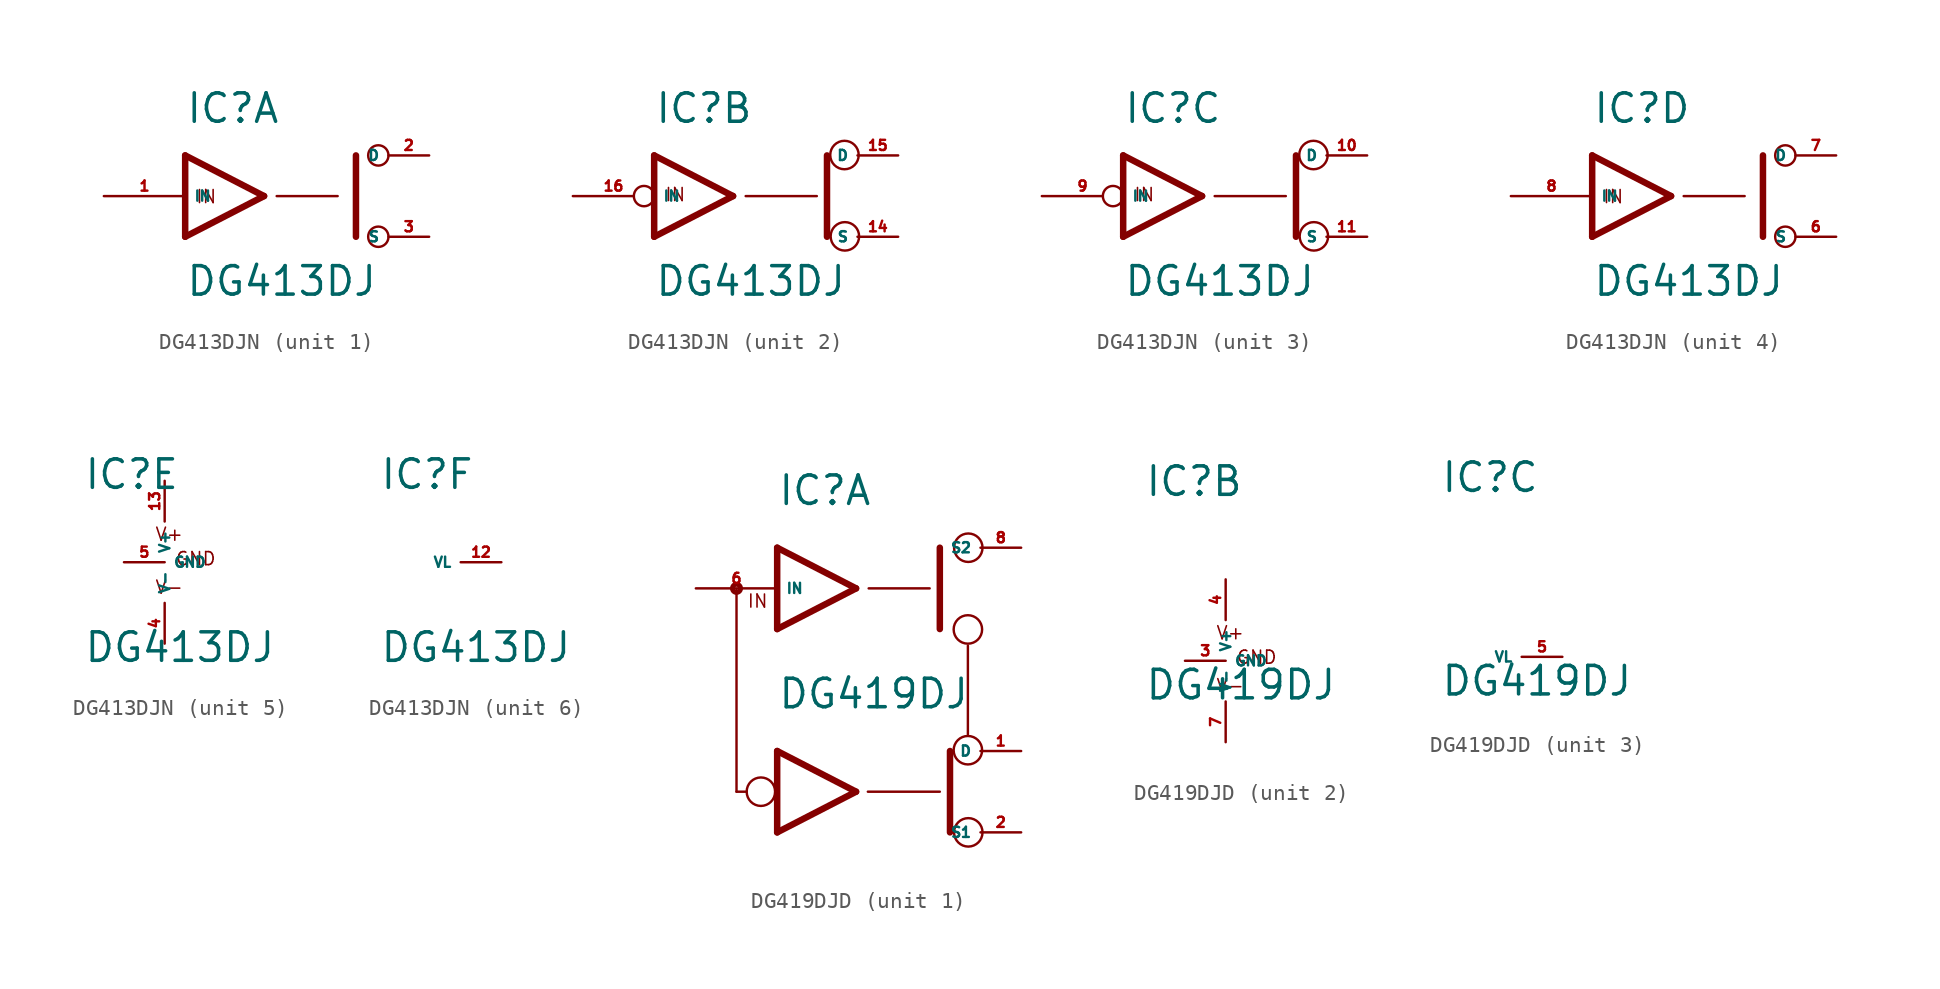
<source format=kicad_sym>
(kicad_symbol_lib
  (version 20220914)
  (generator Eagle2Kicad)
  (symbol "DG413DJN"
    (property "Reference" "IC"
      (at -5.08 4.445 0)
      (effects (font (size 1.778 1.778) (thickness 0.22)) (justify left bottom)))
    (property "Value" "DG413DJ"
      (at -5.08 -6.35 0)
      (effects (font (size 1.778 1.778) (thickness 0.22)) (justify left bottom)))
    (symbol "DG413DJN_1_0"
      (polyline (pts (xy -0.152 0) (xy -5.08 2.54)) (stroke (width 0.406) (type default)) (fill (type none)))
      (polyline (pts (xy -5.08 -2.54) (xy -0.152 0)) (stroke (width 0.406) (type default)) (fill (type none)))
      (polyline (pts (xy -5.08 2.54) (xy -5.08 -2.54)) (stroke (width 0.406) (type default)) (fill (type none)))
      (polyline (pts (xy 5.588 -2.54) (xy 5.588 2.54)) (stroke (width 0.406) (type default)) (fill (type none)))
      (polyline (pts (xy 0.635 0) (xy 4.445 0)) (stroke (width 0.152) (type default)) (fill (type none)))
      (text "IN" (at -4.445 -0.508 0) (effects (font (size 0.813 0.813) (thickness 0.10)) (justify left bottom)))
      (circle (center 6.985 2.54) (radius 0.635) (stroke (width 0.152) (type default)) (fill (type none)))
      (circle (center 6.985 -2.54) (radius 0.635) (stroke (width 0.152) (type default)) (fill (type none)))
      (pin bidirectional line (at 10.16 2.54 180) (length 2.54) (name "D" (effects (font (size 0.635 0.635) (thickness 0.08)) (justify left bottom))) (number "2" (effects (font (size 0.635 0.635) (thickness 0.08)) (justify left bottom))))
      (pin input line (at -10.16 0 0) (length 5.08) (name "IN" (effects (font (size 0.635 0.635) (thickness 0.08)) (justify left bottom))) (number "1" (effects (font (size 0.635 0.635) (thickness 0.08)) (justify left bottom))))
      (pin bidirectional line (at 10.16 -2.54 180) (length 2.54) (name "S" (effects (font (size 0.635 0.635) (thickness 0.08)) (justify left bottom))) (number "3" (effects (font (size 0.635 0.635) (thickness 0.08)) (justify left bottom)))))
    (symbol "DG413DJN_2_0"
      (polyline (pts (xy -0.152 0) (xy -5.08 2.54)) (stroke (width 0.406) (type default)) (fill (type none)))
      (polyline (pts (xy -5.08 -2.54) (xy -0.152 0)) (stroke (width 0.406) (type default)) (fill (type none)))
      (polyline (pts (xy -5.08 2.54) (xy -5.08 -2.54)) (stroke (width 0.406) (type default)) (fill (type none)))
      (polyline (pts (xy 5.715 -2.54) (xy 5.715 2.54)) (stroke (width 0.406) (type default)) (fill (type none)))
      (polyline (pts (xy 0.635 0) (xy 5.08 0)) (stroke (width 0.152) (type default)) (fill (type none)))
      (text "IN" (at -4.445 -0.381 0) (effects (font (size 0.813 0.813) (thickness 0.10)) (justify left bottom)))
      (circle (center 6.833 -2.515) (radius 0.889) (stroke (width 0.152) (type default)) (fill (type none)))
      (circle (center 6.807 2.565) (radius 0.889) (stroke (width 0.152) (type default)) (fill (type none)))
      (pin bidirectional line (at 10.16 2.54 180) (length 2.54) (name "D" (effects (font (size 0.635 0.635) (thickness 0.08)) (justify left bottom))) (number "15" (effects (font (size 0.635 0.635) (thickness 0.08)) (justify left bottom))))
      (pin input inverted (at -10.16 0 0) (length 5.08) (name "IN" (effects (font (size 0.635 0.635) (thickness 0.08)) (justify left bottom))) (number "16" (effects (font (size 0.635 0.635) (thickness 0.08)) (justify left bottom))))
      (pin bidirectional line (at 10.16 -2.54 180) (length 2.54) (name "S" (effects (font (size 0.635 0.635) (thickness 0.08)) (justify left bottom))) (number "14" (effects (font (size 0.635 0.635) (thickness 0.08)) (justify left bottom)))))
    (symbol "DG413DJN_3_0"
      (polyline (pts (xy -0.152 0) (xy -5.08 2.54)) (stroke (width 0.406) (type default)) (fill (type none)))
      (polyline (pts (xy -5.08 -2.54) (xy -0.152 0)) (stroke (width 0.406) (type default)) (fill (type none)))
      (polyline (pts (xy -5.08 2.54) (xy -5.08 -2.54)) (stroke (width 0.406) (type default)) (fill (type none)))
      (polyline (pts (xy 5.715 -2.54) (xy 5.715 2.54)) (stroke (width 0.406) (type default)) (fill (type none)))
      (polyline (pts (xy 0.635 0) (xy 5.08 0)) (stroke (width 0.152) (type default)) (fill (type none)))
      (text "IN" (at -4.445 -0.381 0) (effects (font (size 0.813 0.813) (thickness 0.10)) (justify left bottom)))
      (circle (center 6.833 -2.515) (radius 0.889) (stroke (width 0.152) (type default)) (fill (type none)))
      (circle (center 6.807 2.565) (radius 0.889) (stroke (width 0.152) (type default)) (fill (type none)))
      (pin bidirectional line (at 10.16 2.54 180) (length 2.54) (name "D" (effects (font (size 0.635 0.635) (thickness 0.08)) (justify left bottom))) (number "10" (effects (font (size 0.635 0.635) (thickness 0.08)) (justify left bottom))))
      (pin input inverted (at -10.16 0 0) (length 5.08) (name "IN" (effects (font (size 0.635 0.635) (thickness 0.08)) (justify left bottom))) (number "9" (effects (font (size 0.635 0.635) (thickness 0.08)) (justify left bottom))))
      (pin bidirectional line (at 10.16 -2.54 180) (length 2.54) (name "S" (effects (font (size 0.635 0.635) (thickness 0.08)) (justify left bottom))) (number "11" (effects (font (size 0.635 0.635) (thickness 0.08)) (justify left bottom)))))
    (symbol "DG413DJN_4_0"
      (polyline (pts (xy -0.152 0) (xy -5.08 2.54)) (stroke (width 0.406) (type default)) (fill (type none)))
      (polyline (pts (xy -5.08 -2.54) (xy -0.152 0)) (stroke (width 0.406) (type default)) (fill (type none)))
      (polyline (pts (xy -5.08 2.54) (xy -5.08 -2.54)) (stroke (width 0.406) (type default)) (fill (type none)))
      (polyline (pts (xy 5.588 -2.54) (xy 5.588 2.54)) (stroke (width 0.406) (type default)) (fill (type none)))
      (polyline (pts (xy 0.635 0) (xy 4.445 0)) (stroke (width 0.152) (type default)) (fill (type none)))
      (text "IN" (at -4.445 -0.508 0) (effects (font (size 0.813 0.813) (thickness 0.10)) (justify left bottom)))
      (circle (center 6.985 2.54) (radius 0.635) (stroke (width 0.152) (type default)) (fill (type none)))
      (circle (center 6.985 -2.54) (radius 0.635) (stroke (width 0.152) (type default)) (fill (type none)))
      (pin bidirectional line (at 10.16 2.54 180) (length 2.54) (name "D" (effects (font (size 0.635 0.635) (thickness 0.08)) (justify left bottom))) (number "7" (effects (font (size 0.635 0.635) (thickness 0.08)) (justify left bottom))))
      (pin input line (at -10.16 0 0) (length 5.08) (name "IN" (effects (font (size 0.635 0.635) (thickness 0.08)) (justify left bottom))) (number "8" (effects (font (size 0.635 0.635) (thickness 0.08)) (justify left bottom))))
      (pin bidirectional line (at 10.16 -2.54 180) (length 2.54) (name "S" (effects (font (size 0.635 0.635) (thickness 0.08)) (justify left bottom))) (number "6" (effects (font (size 0.635 0.635) (thickness 0.08)) (justify left bottom)))))
    (symbol "DG413DJN_5_0"
      (text "V+" (at -0.635 1.27 0) (effects (font (size 0.813 0.813) (thickness 0.10)) (justify left bottom)))
      (text "V-" (at -0.635 -2.032 0) (effects (font (size 0.813 0.813) (thickness 0.10)) (justify left bottom)))
      (text "GND" (at 0.635 -0.254 0) (effects (font (size 0.813 0.813) (thickness 0.10)) (justify left bottom)))
      (pin unspecified line (at 0 5.08 270) (length 2.54) (name "V+" (effects (font (size 0.635 0.635) (thickness 0.08)) (justify left bottom))) (number "13" (effects (font (size 0.635 0.635) (thickness 0.08)) (justify left bottom))))
      (pin unspecified line (at 0 -5.08 90) (length 2.54) (name "V-" (effects (font (size 0.635 0.635) (thickness 0.08)) (justify left bottom))) (number "4" (effects (font (size 0.635 0.635) (thickness 0.08)) (justify left bottom))))
      (pin unspecified line (at -2.54 0 0) (length 2.54) (name "GND" (effects (font (size 0.635 0.635) (thickness 0.08)) (justify left bottom))) (number "5" (effects (font (size 0.635 0.635) (thickness 0.08)) (justify left bottom)))))
    (symbol "DG413DJN_6_0"
      (pin input line (at 2.54 0 180) (length 2.54) (name "VL" (effects (font (size 0.635 0.635) (thickness 0.08)) (justify left bottom))) (number "12" (effects (font (size 0.635 0.635) (thickness 0.08)) (justify left bottom))))))
  (symbol "DG419DJD"
    (property "Reference" "IC"
      (at -5.08 10.16 0)
      (effects (font (size 1.778 1.778) (thickness 0.22)) (justify left bottom)))
    (property "Value" "DG419DJ"
      (at -5.08 -2.54 0)
      (effects (font (size 1.778 1.778) (thickness 0.22)) (justify left bottom)))
    (symbol "DG419DJD_1_0"
      (polyline (pts (xy -0.152 5.08) (xy -5.08 7.62)) (stroke (width 0.406) (type default)) (fill (type none)))
      (polyline (pts (xy -5.08 2.54) (xy -0.152 5.08)) (stroke (width 0.406) (type default)) (fill (type none)))
      (polyline (pts (xy -5.08 7.62) (xy -5.08 2.54)) (stroke (width 0.406) (type default)) (fill (type none)))
      (polyline (pts (xy 5.08 2.54) (xy 5.08 7.62)) (stroke (width 0.406) (type default)) (fill (type none)))
      (polyline (pts (xy 0.635 5.08) (xy 4.445 5.08)) (stroke (width 0.152) (type default)) (fill (type none)))
      (polyline (pts (xy 5.715 -10.16) (xy 5.715 -5.08)) (stroke (width 0.406) (type default)) (fill (type none)))
      (polyline (pts (xy -5.08 -10.16) (xy -0.152 -7.62)) (stroke (width 0.406) (type default)) (fill (type none)))
      (polyline (pts (xy -0.152 -7.62) (xy -5.08 -5.08)) (stroke (width 0.406) (type default)) (fill (type none)))
      (polyline (pts (xy 0.584 -7.62) (xy 5.08 -7.62)) (stroke (width 0.152) (type default)) (fill (type none)))
      (polyline (pts (xy -5.08 -5.08) (xy -5.08 -10.16)) (stroke (width 0.406) (type default)) (fill (type none)))
      (polyline (pts (xy -7.62 4.978) (xy -7.62 -7.62)) (stroke (width 0.152) (type default)) (fill (type none)))
      (polyline (pts (xy -7.62 -7.62) (xy -6.985 -7.62)) (stroke (width 0.152) (type default)) (fill (type none)))
      (polyline (pts (xy 6.833 1.499) (xy 6.833 -4.039)) (stroke (width 0.152) (type default)) (fill (type none)))
      (text "IN" (at -6.985 3.81 0) (effects (font (size 0.813 0.813) (thickness 0.10)) (justify left bottom)))
      (circle (center 6.833 2.515) (radius 0.889) (stroke (width 0.152) (type default)) (fill (type none)))
      (circle (center 6.858 7.62) (radius 0.889) (stroke (width 0.152) (type default)) (fill (type none)))
      (circle (center 6.833 -5.029) (radius 0.889) (stroke (width 0.152) (type default)) (fill (type none)))
      (circle (center 6.858 -10.16) (radius 0.889) (stroke (width 0.152) (type default)) (fill (type none)))
      (circle (center -6.096 -7.62) (radius 0.889) (stroke (width 0.152) (type default)) (fill (type none)))
      (circle (center -7.62 5.08) (radius 0.254) (stroke (width 0.305) (type default)) (fill (type none)))
      (pin bidirectional line (at 10.16 -5.08 180) (length 2.54) (name "D" (effects (font (size 0.635 0.635) (thickness 0.08)) (justify left bottom))) (number "1" (effects (font (size 0.635 0.635) (thickness 0.08)) (justify left bottom))))
      (pin input line (at -10.16 5.08 0) (length 5.08) (name "IN" (effects (font (size 0.635 0.635) (thickness 0.08)) (justify left bottom))) (number "6" (effects (font (size 0.635 0.635) (thickness 0.08)) (justify left bottom))))
      (pin bidirectional line (at 10.16 -10.16 180) (length 2.54) (name "S1" (effects (font (size 0.635 0.635) (thickness 0.08)) (justify left bottom))) (number "2" (effects (font (size 0.635 0.635) (thickness 0.08)) (justify left bottom))))
      (pin bidirectional line (at 10.16 7.62 180) (length 2.54) (name "S2" (effects (font (size 0.635 0.635) (thickness 0.08)) (justify left bottom))) (number "8" (effects (font (size 0.635 0.635) (thickness 0.08)) (justify left bottom)))))
    (symbol "DG419DJD_2_0"
      (text "V+" (at -0.635 1.27 0) (effects (font (size 0.813 0.813) (thickness 0.10)) (justify left bottom)))
      (text "V-" (at -0.635 -2.032 0) (effects (font (size 0.813 0.813) (thickness 0.10)) (justify left bottom)))
      (text "GND" (at 0.635 -0.254 0) (effects (font (size 0.813 0.813) (thickness 0.10)) (justify left bottom)))
      (pin unspecified line (at 0 5.08 270) (length 2.54) (name "V+" (effects (font (size 0.635 0.635) (thickness 0.08)) (justify left bottom))) (number "4" (effects (font (size 0.635 0.635) (thickness 0.08)) (justify left bottom))))
      (pin unspecified line (at 0 -5.08 90) (length 2.54) (name "V-" (effects (font (size 0.635 0.635) (thickness 0.08)) (justify left bottom))) (number "7" (effects (font (size 0.635 0.635) (thickness 0.08)) (justify left bottom))))
      (pin unspecified line (at -2.54 0 0) (length 2.54) (name "GND" (effects (font (size 0.635 0.635) (thickness 0.08)) (justify left bottom))) (number "3" (effects (font (size 0.635 0.635) (thickness 0.08)) (justify left bottom)))))
    (symbol "DG419DJD_3_0"
      (pin input line (at 2.54 0 180) (length 2.54) (name "VL" (effects (font (size 0.635 0.635) (thickness 0.08)) (justify left bottom))) (number "5" (effects (font (size 0.635 0.635) (thickness 0.08)) (justify left bottom)))))))
</source>
